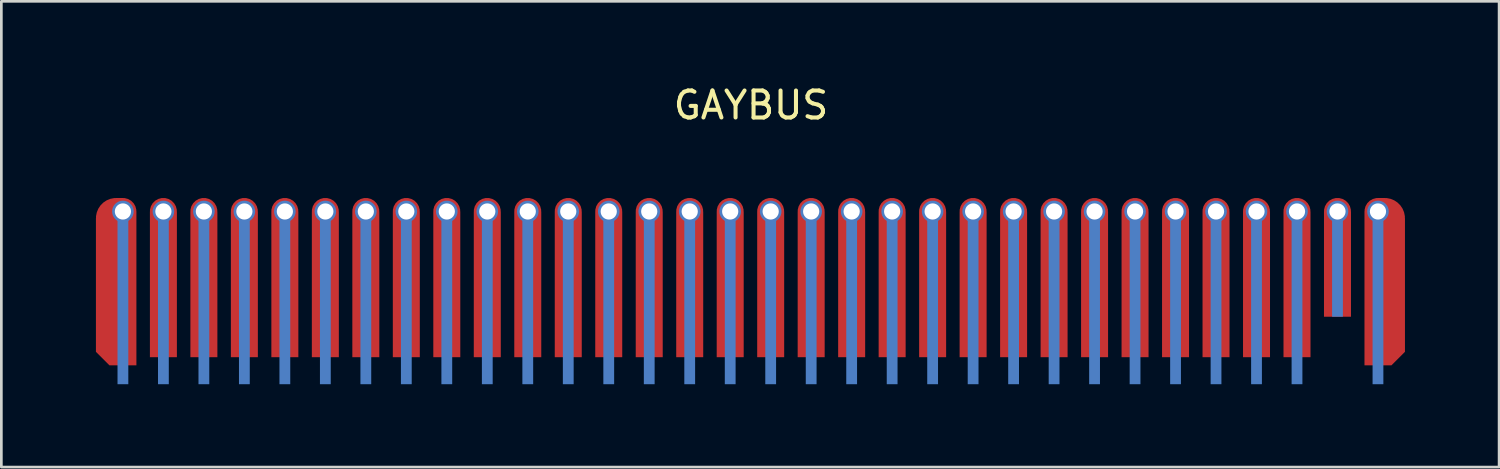
<source format=kicad_pcb>
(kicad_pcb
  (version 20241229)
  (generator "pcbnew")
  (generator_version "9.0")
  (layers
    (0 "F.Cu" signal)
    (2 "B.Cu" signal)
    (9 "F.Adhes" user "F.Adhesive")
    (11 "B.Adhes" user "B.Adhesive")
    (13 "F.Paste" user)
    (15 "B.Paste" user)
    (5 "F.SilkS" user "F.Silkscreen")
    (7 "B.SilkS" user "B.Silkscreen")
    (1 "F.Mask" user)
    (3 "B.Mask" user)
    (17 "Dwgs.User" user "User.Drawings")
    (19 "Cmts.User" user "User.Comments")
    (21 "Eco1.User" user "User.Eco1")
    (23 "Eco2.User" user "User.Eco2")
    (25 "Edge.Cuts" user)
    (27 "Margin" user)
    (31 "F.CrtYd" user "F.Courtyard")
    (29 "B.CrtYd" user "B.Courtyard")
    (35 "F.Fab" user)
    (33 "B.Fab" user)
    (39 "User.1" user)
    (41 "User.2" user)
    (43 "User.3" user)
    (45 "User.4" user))
  (footprint "GAYBUS"
    (layer "F.Cu")
    (at 24.774 4.785)
    (property "Reference" "GAYBUS" (at 0 -3.937 0) (unlocked yes) (layer "F.SilkS") (effects (font (size 1 1) (thickness 0.15))))
    (fp_poly (pts (xy -22.27 0.7) (xy -21.27 0.7) (xy -21.27 5.4) (xy -22.27 5.4)) (stroke (width 0) (type solid)) (fill yes) (layer "F.Mask"))
    (fp_poly (pts (xy -20.77 0.7) (xy -19.77 0.7) (xy -19.77 5.4) (xy -20.77 5.4)) (stroke (width 0) (type solid)) (fill yes) (layer "F.Mask"))
    (fp_poly (pts (xy -19.27 0.7) (xy -18.27 0.7) (xy -18.27 5.4) (xy -19.27 5.4)) (stroke (width 0) (type solid)) (fill yes) (layer "F.Mask"))
    (fp_poly (pts (xy -17.77 0.7) (xy -16.77 0.7) (xy -16.77 5.4) (xy -17.77 5.4)) (stroke (width 0) (type solid)) (fill yes) (layer "F.Mask"))
    (fp_poly (pts (xy -16.27 0.7) (xy -15.27 0.7) (xy -15.27 5.4) (xy -16.27 5.4)) (stroke (width 0) (type solid)) (fill yes) (layer "F.Mask"))
    (fp_poly (pts (xy -14.77 0.7) (xy -13.77 0.7) (xy -13.77 5.4) (xy -14.77 5.4)) (stroke (width 0) (type solid)) (fill yes) (layer "F.Mask"))
    (fp_poly (pts (xy -13.27 0.7) (xy -12.27 0.7) (xy -12.27 5.4) (xy -13.27 5.4)) (stroke (width 0) (type solid)) (fill yes) (layer "F.Mask"))
    (fp_poly (pts (xy -11.77 0.7) (xy -10.77 0.7) (xy -10.77 5.4) (xy -11.77 5.4)) (stroke (width 0) (type solid)) (fill yes) (layer "F.Mask"))
    (fp_poly (pts (xy -10.27 0.7) (xy -9.27 0.7) (xy -9.27 5.4) (xy -10.27 5.4)) (stroke (width 0) (type solid)) (fill yes) (layer "F.Mask"))
    (fp_poly (pts (xy -8.77 0.7) (xy -7.77 0.7) (xy -7.77 5.4) (xy -8.77 5.4)) (stroke (width 0) (type solid)) (fill yes) (layer "F.Mask"))
    (fp_poly (pts (xy -7.27 0.7) (xy -6.27 0.7) (xy -6.27 5.4) (xy -7.27 5.4)) (stroke (width 0) (type solid)) (fill yes) (layer "F.Mask"))
    (fp_poly (pts (xy -5.77 0.7) (xy -4.77 0.7) (xy -4.77 5.4) (xy -5.77 5.4)) (stroke (width 0) (type solid)) (fill yes) (layer "F.Mask"))
    (fp_poly (pts (xy -4.27 0.7) (xy -3.27 0.7) (xy -3.27 5.4) (xy -4.27 5.4)) (stroke (width 0) (type solid)) (fill yes) (layer "F.Mask"))
    (fp_poly (pts (xy -2.77 0.7) (xy -1.77 0.7) (xy -1.77 5.4) (xy -2.77 5.4)) (stroke (width 0) (type solid)) (fill yes) (layer "F.Mask"))
    (fp_poly (pts (xy -1.27 0.7) (xy -0.27 0.7) (xy -0.27 5.4) (xy -1.27 5.4)) (stroke (width 0) (type solid)) (fill yes) (layer "F.Mask"))
    (fp_poly (pts (xy 0.23 0.7) (xy 1.23 0.7) (xy 1.23 5.4) (xy 0.23 5.4)) (stroke (width 0) (type solid)) (fill yes) (layer "F.Mask"))
    (fp_poly (pts (xy 1.73 0.7) (xy 2.73 0.7) (xy 2.73 5.4) (xy 1.73 5.4)) (stroke (width 0) (type solid)) (fill yes) (layer "F.Mask"))
    (fp_poly (pts (xy 3.23 0.7) (xy 4.23 0.7) (xy 4.23 5.4) (xy 3.23 5.4)) (stroke (width 0) (type solid)) (fill yes) (layer "F.Mask"))
    (fp_poly (pts (xy 4.73 0.7) (xy 5.73 0.7) (xy 5.73 5.4) (xy 4.73 5.4)) (stroke (width 0) (type solid)) (fill yes) (layer "F.Mask"))
    (fp_poly (pts (xy 6.23 0.7) (xy 7.23 0.7) (xy 7.23 5.4) (xy 6.23 5.4)) (stroke (width 0) (type solid)) (fill yes) (layer "F.Mask"))
    (fp_poly (pts (xy 7.73 0.7) (xy 8.73 0.7) (xy 8.73 5.4) (xy 7.73 5.4)) (stroke (width 0) (type solid)) (fill yes) (layer "F.Mask"))
    (fp_poly (pts (xy 9.23 0.7) (xy 10.23 0.7) (xy 10.23 5.4) (xy 9.23 5.4)) (stroke (width 0) (type solid)) (fill yes) (layer "F.Mask"))
    (fp_poly (pts (xy 10.73 0.7) (xy 11.73 0.7) (xy 11.73 5.4) (xy 10.73 5.4)) (stroke (width 0) (type solid)) (fill yes) (layer "F.Mask"))
    (fp_poly (pts (xy 12.23 0.7) (xy 13.23 0.7) (xy 13.23 5.4) (xy 12.23 5.4)) (stroke (width 0) (type solid)) (fill yes) (layer "F.Mask"))
    (fp_poly (pts (xy 13.73 0.7) (xy 14.73 0.7) (xy 14.73 5.4) (xy 13.73 5.4)) (stroke (width 0) (type solid)) (fill yes) (layer "F.Mask"))
    (fp_poly (pts (xy 15.23 0.7) (xy 16.23 0.7) (xy 16.23 5.4) (xy 15.23 5.4)) (stroke (width 0) (type solid)) (fill yes) (layer "F.Mask"))
    (fp_poly (pts (xy 16.73 0.7) (xy 17.73 0.7) (xy 17.73 5.4) (xy 16.73 5.4)) (stroke (width 0) (type solid)) (fill yes) (layer "F.Mask"))
    (fp_poly (pts (xy 18.23 0.7) (xy 19.23 0.7) (xy 19.23 5.4) (xy 18.23 5.4)) (stroke (width 0) (type solid)) (fill yes) (layer "F.Mask"))
    (fp_poly (pts (xy 19.73 0.7) (xy 20.73 0.7) (xy 20.73 5.4) (xy 19.73 5.4)) (stroke (width 0) (type solid)) (fill yes) (layer "F.Mask"))
    (fp_poly (pts (xy 21.23 0.7) (xy 22.23 0.7) (xy 22.23 3.9) (xy 21.23 3.9)) (stroke (width 0) (type solid)) (fill yes) (layer "F.Mask"))
    (fp_poly (pts (xy 24.719 6.47) (xy -24.769 6.47) (xy -24.769 0.7) (xy 24.719 0.7)) (stroke (width 0) (type solid)) (fill yes) (layer "F.Mask"))
    (fp_poly (pts (xy -24.27 0.7) (xy -22.77 0.7) (xy -22.77 5.7) (xy -23.77 5.7) (xy -24.27 5.2)) (stroke (width 0) (type solid)) (fill yes) (layer "F.Mask"))
    (fp_poly (pts (xy 22.73 0.7) (xy 24.23 0.7) (xy 24.23 5.2) (xy 23.73 5.7) (xy 22.73 5.7)) (stroke (width 0) (type solid)) (fill yes) (layer "F.Mask"))
    (fp_poly (pts (xy -23.07 6.4) (xy -23.47 6.4) (xy -23.47 0.3) (xy -23.07 0.3)) (stroke (width 0) (type solid)) (fill yes) (layer "B.Cu"))
    (fp_poly (pts (xy -21.57 6.4) (xy -21.97 6.4) (xy -21.97 0.3) (xy -21.57 0.3)) (stroke (width 0) (type solid)) (fill yes) (layer "B.Cu"))
    (fp_poly (pts (xy -20.07 6.4) (xy -20.47 6.4) (xy -20.47 0.3) (xy -20.07 0.3)) (stroke (width 0) (type solid)) (fill yes) (layer "B.Cu"))
    (fp_poly (pts (xy -18.57 6.4) (xy -18.97 6.4) (xy -18.97 0.3) (xy -18.57 0.3)) (stroke (width 0) (type solid)) (fill yes) (layer "B.Cu"))
    (fp_poly (pts (xy -17.07 6.4) (xy -17.47 6.4) (xy -17.47 0.3) (xy -17.07 0.3)) (stroke (width 0) (type solid)) (fill yes) (layer "B.Cu"))
    (fp_poly (pts (xy -15.57 6.4) (xy -15.97 6.4) (xy -15.97 0.3) (xy -15.57 0.3)) (stroke (width 0) (type solid)) (fill yes) (layer "B.Cu"))
    (fp_poly (pts (xy -14.07 6.4) (xy -14.47 6.4) (xy -14.47 0.3) (xy -14.07 0.3)) (stroke (width 0) (type solid)) (fill yes) (layer "B.Cu"))
    (fp_poly (pts (xy -12.57 6.4) (xy -12.97 6.4) (xy -12.97 0.3) (xy -12.57 0.3)) (stroke (width 0) (type solid)) (fill yes) (layer "B.Cu"))
    (fp_poly (pts (xy -11.07 6.4) (xy -11.47 6.4) (xy -11.47 0.3) (xy -11.07 0.3)) (stroke (width 0) (type solid)) (fill yes) (layer "B.Cu"))
    (fp_poly (pts (xy -9.57 6.4) (xy -9.97 6.4) (xy -9.97 0.3) (xy -9.57 0.3)) (stroke (width 0) (type solid)) (fill yes) (layer "B.Cu"))
    (fp_poly (pts (xy -8.07 6.4) (xy -8.47 6.4) (xy -8.47 0.3) (xy -8.07 0.3)) (stroke (width 0) (type solid)) (fill yes) (layer "B.Cu"))
    (fp_poly (pts (xy -6.57 6.4) (xy -6.97 6.4) (xy -6.97 0.3) (xy -6.57 0.3)) (stroke (width 0) (type solid)) (fill yes) (layer "B.Cu"))
    (fp_poly (pts (xy -5.07 6.4) (xy -5.47 6.4) (xy -5.47 0.3) (xy -5.07 0.3)) (stroke (width 0) (type solid)) (fill yes) (layer "B.Cu"))
    (fp_poly (pts (xy -3.57 6.4) (xy -3.97 6.4) (xy -3.97 0.3) (xy -3.57 0.3)) (stroke (width 0) (type solid)) (fill yes) (layer "B.Cu"))
    (fp_poly (pts (xy -2.07 6.4) (xy -2.47 6.4) (xy -2.47 0.3) (xy -2.07 0.3)) (stroke (width 0) (type solid)) (fill yes) (layer "B.Cu"))
    (fp_poly (pts (xy -0.57 6.4) (xy -0.97 6.4) (xy -0.97 0.3) (xy -0.57 0.3)) (stroke (width 0) (type solid)) (fill yes) (layer "B.Cu"))
    (fp_poly (pts (xy 0.93 6.4) (xy 0.53 6.4) (xy 0.53 0.3) (xy 0.93 0.3)) (stroke (width 0) (type solid)) (fill yes) (layer "B.Cu"))
    (fp_poly (pts (xy 2.43 6.4) (xy 2.03 6.4) (xy 2.03 0.3) (xy 2.43 0.3)) (stroke (width 0) (type solid)) (fill yes) (layer "B.Cu"))
    (fp_poly (pts (xy 3.93 6.4) (xy 3.53 6.4) (xy 3.53 0.3) (xy 3.93 0.3)) (stroke (width 0) (type solid)) (fill yes) (layer "B.Cu"))
    (fp_poly (pts (xy 5.43 6.4) (xy 5.03 6.4) (xy 5.03 0.3) (xy 5.43 0.3)) (stroke (width 0) (type solid)) (fill yes) (layer "B.Cu"))
    (fp_poly (pts (xy 6.93 6.4) (xy 6.53 6.4) (xy 6.53 0.3) (xy 6.93 0.3)) (stroke (width 0) (type solid)) (fill yes) (layer "B.Cu"))
    (fp_poly (pts (xy 8.43 6.4) (xy 8.03 6.4) (xy 8.03 0.3) (xy 8.43 0.3)) (stroke (width 0) (type solid)) (fill yes) (layer "B.Cu"))
    (fp_poly (pts (xy 9.93 6.4) (xy 9.53 6.4) (xy 9.53 0.3) (xy 9.93 0.3)) (stroke (width 0) (type solid)) (fill yes) (layer "B.Cu"))
    (fp_poly (pts (xy 11.43 6.4) (xy 11.03 6.4) (xy 11.03 0.3) (xy 11.43 0.3)) (stroke (width 0) (type solid)) (fill yes) (layer "B.Cu"))
    (fp_poly (pts (xy 12.93 6.4) (xy 12.53 6.4) (xy 12.53 0.3) (xy 12.93 0.3)) (stroke (width 0) (type solid)) (fill yes) (layer "B.Cu"))
    (fp_poly (pts (xy 14.43 6.4) (xy 14.03 6.4) (xy 14.03 0.3) (xy 14.43 0.3)) (stroke (width 0) (type solid)) (fill yes) (layer "B.Cu"))
    (fp_poly (pts (xy 15.93 6.4) (xy 15.53 6.4) (xy 15.53 0.3) (xy 15.93 0.3)) (stroke (width 0) (type solid)) (fill yes) (layer "B.Cu"))
    (fp_poly (pts (xy 17.43 6.4) (xy 17.03 6.4) (xy 17.03 0.3) (xy 17.43 0.3)) (stroke (width 0) (type solid)) (fill yes) (layer "B.Cu"))
    (fp_poly (pts (xy 18.93 6.4) (xy 18.53 6.4) (xy 18.53 0.3) (xy 18.93 0.3)) (stroke (width 0) (type solid)) (fill yes) (layer "B.Cu"))
    (fp_poly (pts (xy 20.43 6.4) (xy 20.03 6.4) (xy 20.03 0.3) (xy 20.43 0.3)) (stroke (width 0) (type solid)) (fill yes) (layer "B.Cu"))
    (fp_poly (pts (xy 21.93 3.9) (xy 21.53 3.9) (xy 21.53 0.3) (xy 21.93 0.3)) (stroke (width 0) (type solid)) (fill yes) (layer "B.Cu"))
    (fp_poly (pts (xy 23.43 6.4) (xy 23.03 6.4) (xy 23.03 0.3) (xy 23.43 0.3)) (stroke (width 0) (type solid)) (fill yes) (layer "B.Cu"))
    (fp_poly (pts (xy -23.87 6.4) (xy -24.774 6.4) (xy -24.774 0.7) (xy -23.87 0.7)) (stroke (width 0) (type solid)) (fill yes) (layer "B.Mask"))
    (fp_poly (pts (xy -22.37 6.4) (xy -22.67 6.4) (xy -22.67 0.7) (xy -22.37 0.7)) (stroke (width 0) (type solid)) (fill yes) (layer "B.Mask"))
    (fp_poly (pts (xy -20.87 6.4) (xy -21.17 6.4) (xy -21.17 0.7) (xy -20.87 0.7)) (stroke (width 0) (type solid)) (fill yes) (layer "B.Mask"))
    (fp_poly (pts (xy -19.37 6.4) (xy -19.67 6.4) (xy -19.67 0.7) (xy -19.37 0.7)) (stroke (width 0) (type solid)) (fill yes) (layer "B.Mask"))
    (fp_poly (pts (xy -17.87 6.4) (xy -18.17 6.4) (xy -18.17 0.7) (xy -17.87 0.7)) (stroke (width 0) (type solid)) (fill yes) (layer "B.Mask"))
    (fp_poly (pts (xy -16.37 6.4) (xy -16.67 6.4) (xy -16.67 0.7) (xy -16.37 0.7)) (stroke (width 0) (type solid)) (fill yes) (layer "B.Mask"))
    (fp_poly (pts (xy -14.87 6.4) (xy -15.17 6.4) (xy -15.17 0.7) (xy -14.87 0.7)) (stroke (width 0) (type solid)) (fill yes) (layer "B.Mask"))
    (fp_poly (pts (xy -13.37 6.4) (xy -13.67 6.4) (xy -13.67 0.7) (xy -13.37 0.7)) (stroke (width 0) (type solid)) (fill yes) (layer "B.Mask"))
    (fp_poly (pts (xy -11.87 6.4) (xy -12.17 6.4) (xy -12.17 0.7) (xy -11.87 0.7)) (stroke (width 0) (type solid)) (fill yes) (layer "B.Mask"))
    (fp_poly (pts (xy -10.37 6.4) (xy -10.67 6.4) (xy -10.67 0.7) (xy -10.37 0.7)) (stroke (width 0) (type solid)) (fill yes) (layer "B.Mask"))
    (fp_poly (pts (xy -8.87 6.4) (xy -9.17 6.4) (xy -9.17 0.7) (xy -8.87 0.7)) (stroke (width 0) (type solid)) (fill yes) (layer "B.Mask"))
    (fp_poly (pts (xy -7.37 6.4) (xy -7.67 6.4) (xy -7.67 0.7) (xy -7.37 0.7)) (stroke (width 0) (type solid)) (fill yes) (layer "B.Mask"))
    (fp_poly (pts (xy -5.87 6.4) (xy -6.17 6.4) (xy -6.17 0.7) (xy -5.87 0.7)) (stroke (width 0) (type solid)) (fill yes) (layer "B.Mask"))
    (fp_poly (pts (xy -4.37 6.4) (xy -4.67 6.4) (xy -4.67 0.7) (xy -4.37 0.7)) (stroke (width 0) (type solid)) (fill yes) (layer "B.Mask"))
    (fp_poly (pts (xy -2.87 6.4) (xy -3.17 6.4) (xy -3.17 0.7) (xy -2.87 0.7)) (stroke (width 0) (type solid)) (fill yes) (layer "B.Mask"))
    (fp_poly (pts (xy -1.37 6.4) (xy -1.67 6.4) (xy -1.67 0.7) (xy -1.37 0.7)) (stroke (width 0) (type solid)) (fill yes) (layer "B.Mask"))
    (fp_poly (pts (xy 0.13 6.4) (xy -0.17 6.4) (xy -0.17 0.7) (xy 0.13 0.7)) (stroke (width 0) (type solid)) (fill yes) (layer "B.Mask"))
    (fp_poly (pts (xy 1.63 6.4) (xy 1.33 6.4) (xy 1.33 0.7) (xy 1.63 0.7)) (stroke (width 0) (type solid)) (fill yes) (layer "B.Mask"))
    (fp_poly (pts (xy 3.13 6.4) (xy 2.83 6.4) (xy 2.83 0.7) (xy 3.13 0.7)) (stroke (width 0) (type solid)) (fill yes) (layer "B.Mask"))
    (fp_poly (pts (xy 4.63 6.4) (xy 4.33 6.4) (xy 4.33 0.7) (xy 4.63 0.7)) (stroke (width 0) (type solid)) (fill yes) (layer "B.Mask"))
    (fp_poly (pts (xy 6.13 6.4) (xy 5.83 6.4) (xy 5.83 0.7) (xy 6.13 0.7)) (stroke (width 0) (type solid)) (fill yes) (layer "B.Mask"))
    (fp_poly (pts (xy 7.63 6.4) (xy 7.33 6.4) (xy 7.33 0.7) (xy 7.63 0.7)) (stroke (width 0) (type solid)) (fill yes) (layer "B.Mask"))
    (fp_poly (pts (xy 9.13 6.4) (xy 8.83 6.4) (xy 8.83 0.7) (xy 9.13 0.7)) (stroke (width 0) (type solid)) (fill yes) (layer "B.Mask"))
    (fp_poly (pts (xy 10.63 6.4) (xy 10.33 6.4) (xy 10.33 0.7) (xy 10.63 0.7)) (stroke (width 0) (type solid)) (fill yes) (layer "B.Mask"))
    (fp_poly (pts (xy 12.13 6.4) (xy 11.83 6.4) (xy 11.83 0.7) (xy 12.13 0.7)) (stroke (width 0) (type solid)) (fill yes) (layer "B.Mask"))
    (fp_poly (pts (xy 13.63 6.4) (xy 13.33 6.4) (xy 13.33 0.7) (xy 13.63 0.7)) (stroke (width 0) (type solid)) (fill yes) (layer "B.Mask"))
    (fp_poly (pts (xy 15.13 6.4) (xy 14.83 6.4) (xy 14.83 0.7) (xy 15.13 0.7)) (stroke (width 0) (type solid)) (fill yes) (layer "B.Mask"))
    (fp_poly (pts (xy 16.63 6.4) (xy 16.33 6.4) (xy 16.33 0.7) (xy 16.63 0.7)) (stroke (width 0) (type solid)) (fill yes) (layer "B.Mask"))
    (fp_poly (pts (xy 18.13 6.4) (xy 17.83 6.4) (xy 17.83 0.7) (xy 18.13 0.7)) (stroke (width 0) (type solid)) (fill yes) (layer "B.Mask"))
    (fp_poly (pts (xy 19.63 6.4) (xy 19.33 6.4) (xy 19.33 0.7) (xy 19.63 0.7)) (stroke (width 0) (type solid)) (fill yes) (layer "B.Mask"))
    (fp_poly (pts (xy 21.13 6.4) (xy 20.83 6.4) (xy 20.83 0.7) (xy 21.13 0.7)) (stroke (width 0) (type solid)) (fill yes) (layer "B.Mask"))
    (fp_poly (pts (xy 22.63 6.4) (xy 22.33 6.4) (xy 22.33 0.7) (xy 22.63 0.7)) (stroke (width 0) (type solid)) (fill yes) (layer "B.Mask"))
    (fp_poly (pts (xy 24.718 6.42) (xy 23.83 6.4) (xy 23.83 0.7) (xy 24.718 0.72)) (stroke (width 0) (type solid)) (fill yes) (layer "B.Mask"))
    (fp_poly (pts (xy -23.07 6.4) (xy -23.47 6.4) (xy -23.47 0.3) (xy -23.07 0.3)) (stroke (width 0) (type solid)) (fill yes) (layer "B.Paste"))
    (fp_poly (pts (xy -21.57 6.4) (xy -21.97 6.4) (xy -21.97 0.3) (xy -21.57 0.3)) (stroke (width 0) (type solid)) (fill yes) (layer "B.Paste"))
    (fp_poly (pts (xy -20.07 6.4) (xy -20.47 6.4) (xy -20.47 0.3) (xy -20.07 0.3)) (stroke (width 0) (type solid)) (fill yes) (layer "B.Paste"))
    (fp_poly (pts (xy -18.57 6.4) (xy -18.97 6.4) (xy -18.97 0.3) (xy -18.57 0.3)) (stroke (width 0) (type solid)) (fill yes) (layer "B.Paste"))
    (fp_poly (pts (xy -17.07 6.4) (xy -17.47 6.4) (xy -17.47 0.3) (xy -17.07 0.3)) (stroke (width 0) (type solid)) (fill yes) (layer "B.Paste"))
    (fp_poly (pts (xy -15.57 6.4) (xy -15.97 6.4) (xy -15.97 0.3) (xy -15.57 0.3)) (stroke (width 0) (type solid)) (fill yes) (layer "B.Paste"))
    (fp_poly (pts (xy -14.07 6.4) (xy -14.47 6.4) (xy -14.47 0.3) (xy -14.07 0.3)) (stroke (width 0) (type solid)) (fill yes) (layer "B.Paste"))
    (fp_poly (pts (xy -12.57 6.4) (xy -12.97 6.4) (xy -12.97 0.3) (xy -12.57 0.3)) (stroke (width 0) (type solid)) (fill yes) (layer "B.Paste"))
    (fp_poly (pts (xy -11.07 6.4) (xy -11.47 6.4) (xy -11.47 0.3) (xy -11.07 0.3)) (stroke (width 0) (type solid)) (fill yes) (layer "B.Paste"))
    (fp_poly (pts (xy -9.57 6.4) (xy -9.97 6.4) (xy -9.97 0.3) (xy -9.57 0.3)) (stroke (width 0) (type solid)) (fill yes) (layer "B.Paste"))
    (fp_poly (pts (xy -8.07 6.4) (xy -8.47 6.4) (xy -8.47 0.3) (xy -8.07 0.3)) (stroke (width 0) (type solid)) (fill yes) (layer "B.Paste"))
    (fp_poly (pts (xy -6.57 6.4) (xy -6.97 6.4) (xy -6.97 0.3) (xy -6.57 0.3)) (stroke (width 0) (type solid)) (fill yes) (layer "B.Paste"))
    (fp_poly (pts (xy -5.07 6.4) (xy -5.47 6.4) (xy -5.47 0.3) (xy -5.07 0.3)) (stroke (width 0) (type solid)) (fill yes) (layer "B.Paste"))
    (fp_poly (pts (xy -3.57 6.4) (xy -3.97 6.4) (xy -3.97 0.3) (xy -3.57 0.3)) (stroke (width 0) (type solid)) (fill yes) (layer "B.Paste"))
    (fp_poly (pts (xy -2.07 6.4) (xy -2.47 6.4) (xy -2.47 0.3) (xy -2.07 0.3)) (stroke (width 0) (type solid)) (fill yes) (layer "B.Paste"))
    (fp_poly (pts (xy -0.57 6.4) (xy -0.97 6.4) (xy -0.97 0.3) (xy -0.57 0.3)) (stroke (width 0) (type solid)) (fill yes) (layer "B.Paste"))
    (fp_poly (pts (xy 0.93 6.4) (xy 0.53 6.4) (xy 0.53 0.3) (xy 0.93 0.3)) (stroke (width 0) (type solid)) (fill yes) (layer "B.Paste"))
    (fp_poly (pts (xy 2.43 6.4) (xy 2.03 6.4) (xy 2.03 0.3) (xy 2.43 0.3)) (stroke (width 0) (type solid)) (fill yes) (layer "B.Paste"))
    (fp_poly (pts (xy 3.93 6.4) (xy 3.53 6.4) (xy 3.53 0.3) (xy 3.93 0.3)) (stroke (width 0) (type solid)) (fill yes) (layer "B.Paste"))
    (fp_poly (pts (xy 5.43 6.4) (xy 5.03 6.4) (xy 5.03 0.3) (xy 5.43 0.3)) (stroke (width 0) (type solid)) (fill yes) (layer "B.Paste"))
    (fp_poly (pts (xy 6.93 6.4) (xy 6.53 6.4) (xy 6.53 0.3) (xy 6.93 0.3)) (stroke (width 0) (type solid)) (fill yes) (layer "B.Paste"))
    (fp_poly (pts (xy 8.43 6.4) (xy 8.03 6.4) (xy 8.03 0.3) (xy 8.43 0.3)) (stroke (width 0) (type solid)) (fill yes) (layer "B.Paste"))
    (fp_poly (pts (xy 9.93 6.4) (xy 9.53 6.4) (xy 9.53 0.3) (xy 9.93 0.3)) (stroke (width 0) (type solid)) (fill yes) (layer "B.Paste"))
    (fp_poly (pts (xy 11.43 6.4) (xy 11.03 6.4) (xy 11.03 0.3) (xy 11.43 0.3)) (stroke (width 0) (type solid)) (fill yes) (layer "B.Paste"))
    (fp_poly (pts (xy 12.93 6.4) (xy 12.53 6.4) (xy 12.53 0.3) (xy 12.93 0.3)) (stroke (width 0) (type solid)) (fill yes) (layer "B.Paste"))
    (fp_poly (pts (xy 14.43 6.4) (xy 14.03 6.4) (xy 14.03 0.3) (xy 14.43 0.3)) (stroke (width 0) (type solid)) (fill yes) (layer "B.Paste"))
    (fp_poly (pts (xy 15.93 6.4) (xy 15.53 6.4) (xy 15.53 0.3) (xy 15.93 0.3)) (stroke (width 0) (type solid)) (fill yes) (layer "B.Paste"))
    (fp_poly (pts (xy 17.43 6.4) (xy 17.03 6.4) (xy 17.03 0.3) (xy 17.43 0.3)) (stroke (width 0) (type solid)) (fill yes) (layer "B.Paste"))
    (fp_poly (pts (xy 18.93 6.4) (xy 18.53 6.4) (xy 18.53 0.3) (xy 18.93 0.3)) (stroke (width 0) (type solid)) (fill yes) (layer "B.Paste"))
    (fp_poly (pts (xy 20.43 6.4) (xy 20.03 6.4) (xy 20.03 0.3) (xy 20.43 0.3)) (stroke (width 0) (type solid)) (fill yes) (layer "B.Paste"))
    (fp_poly (pts (xy 21.93 3.9) (xy 21.53 3.9) (xy 21.53 0.3) (xy 21.93 0.3)) (stroke (width 0) (type solid)) (fill yes) (layer "B.Paste"))
    (fp_poly (pts (xy 23.43 6.4) (xy 23.03 6.4) (xy 23.03 0.3) (xy 23.43 0.3)) (stroke (width 0) (type solid)) (fill yes) (layer "B.Paste"))
    (fp_line (start -24.67 4.9) (end -24.67 -2.3) (stroke (width 0.05) (type solid)) (layer "User.1"))
    (fp_line (start -23.17 6.4) (end 23.13 6.4) (stroke (width 0.05) (type solid)) (layer "User.1"))
    (fp_line (start 24.63 -2.3) (end 24.63 4.9) (stroke (width 0.05) (type solid)) (layer "User.1"))
    (fp_arc (start -23.17 6.4) (mid -24.23066 5.96066) (end -24.67 4.9) (stroke (width 0.05) (type solid)) (layer "User.1"))
    (fp_arc (start 24.63 4.9) (mid 24.19066 5.96066) (end 23.13 6.4) (stroke (width 0.05) (type solid)) (layer "User.1"))
    (pad "1" thru_hole circle (at -23.27 0) (size 0.8 0.8) (drill 0.6) (layers "*.Cu" "*.Mask"))
    (pad "1" connect custom (at -23.27 0) (size 0.8 0.8) (layers "F.Cu") (options (anchor circle)) (primitives (gr_line (start -0.25 -0.45) (end 0 -0.45) (width 0.1)) (gr_circle (center 0 0) (end 0.25 0) (width 0.5) (fill no)) (gr_poly (pts (xy 0.5 5.7) (xy -0.5 5.7) (xy -1 5.2) (xy -1 0.25) (xy 0.5 0.25)) (width 0) (fill yes)) (gr_circle (center -0.25 0.25) (end 0.125 0.25) (width 0.75) (fill no)) (gr_line (start 0.45 0) (end 0.45 0.25) (width 0.1))))
    (pad "2" thru_hole circle (at -21.77 0) (size 0.8 0.8) (drill 0.6) (layers "*.Cu" "*.Mask"))
    (pad "2" connect custom (at -21.77 0) (size 0.8 0.8) (layers "F.Cu") (options (anchor circle)) (primitives (gr_poly (pts (xy 0.5 5.4) (xy -0.5 5.4) (xy -0.5 0) (xy 0.5 0)) (width 0) (fill yes)) (gr_circle (center -0.001 0) (end 0.25 0) (width 0.5) (fill no))))
    (pad "3" thru_hole circle (at -20.27 0) (size 0.8 0.8) (drill 0.6) (layers "*.Cu" "*.Mask"))
    (pad "3" connect custom (at -20.27 0) (size 0.8 0.8) (layers "F.Cu") (options (anchor circle)) (primitives (gr_poly (pts (xy 0.5 5.4) (xy -0.5 5.4) (xy -0.5 0) (xy 0.5 0)) (width 0) (fill yes)) (gr_circle (center -0.001 0) (end 0.25 0) (width 0.5) (fill no))))
    (pad "4" thru_hole circle (at -18.77 0) (size 0.8 0.8) (drill 0.6) (layers "*.Cu" "*.Mask"))
    (pad "4" connect custom (at -18.77 0) (size 0.8 0.8) (layers "F.Cu") (options (anchor circle)) (primitives (gr_poly (pts (xy 0.5 5.4) (xy -0.5 5.4) (xy -0.5 0) (xy 0.5 0)) (width 0) (fill yes)) (gr_circle (center -0.001 0) (end 0.25 0) (width 0.5) (fill no))))
    (pad "5" thru_hole circle (at -17.27 0) (size 0.8 0.8) (drill 0.6) (layers "*.Cu" "*.Mask"))
    (pad "5" connect custom (at -17.27 0) (size 0.8 0.8) (layers "F.Cu") (options (anchor circle)) (primitives (gr_poly (pts (xy 0.5 5.4) (xy -0.5 5.4) (xy -0.5 0) (xy 0.5 0)) (width 0) (fill yes)) (gr_circle (center -0.001 0) (end 0.25 0) (width 0.5) (fill no))))
    (pad "6" thru_hole circle (at -15.77 0) (size 0.8 0.8) (drill 0.6) (layers "*.Cu" "*.Mask"))
    (pad "6" connect custom (at -15.77 0) (size 0.8 0.8) (layers "F.Cu") (options (anchor circle)) (primitives (gr_poly (pts (xy 0.5 5.4) (xy -0.5 5.4) (xy -0.5 0) (xy 0.5 0)) (width 0) (fill yes)) (gr_circle (center -0.001 0) (end 0.25 0) (width 0.5) (fill no))))
    (pad "7" thru_hole circle (at -14.27 0) (size 0.8 0.8) (drill 0.6) (layers "*.Cu" "*.Mask"))
    (pad "7" connect custom (at -14.27 0) (size 0.8 0.8) (layers "F.Cu") (options (anchor circle)) (primitives (gr_poly (pts (xy 0.5 5.4) (xy -0.5 5.4) (xy -0.5 0) (xy 0.5 0)) (width 0) (fill yes)) (gr_circle (center -0.001 0) (end 0.25 0) (width 0.5) (fill no))))
    (pad "8" thru_hole circle (at -12.77 0) (size 0.8 0.8) (drill 0.6) (layers "*.Cu" "*.Mask"))
    (pad "8" connect custom (at -12.77 0) (size 0.8 0.8) (layers "F.Cu") (options (anchor circle)) (primitives (gr_poly (pts (xy 0.5 5.4) (xy -0.5 5.4) (xy -0.5 0) (xy 0.5 0)) (width 0) (fill yes)) (gr_circle (center -0.001 0) (end 0.25 0) (width 0.5) (fill no))))
    (pad "9" thru_hole circle (at -11.27 0) (size 0.8 0.8) (drill 0.6) (layers "*.Cu" "*.Mask"))
    (pad "9" connect custom (at -11.27 0) (size 0.8 0.8) (layers "F.Cu") (options (anchor circle)) (primitives (gr_poly (pts (xy 0.5 5.4) (xy -0.5 5.4) (xy -0.5 0) (xy 0.5 0)) (width 0) (fill yes)) (gr_circle (center -0.001 0) (end 0.25 0) (width 0.5) (fill no))))
    (pad "10" thru_hole circle (at -9.77 0) (size 0.8 0.8) (drill 0.6) (layers "*.Cu" "*.Mask"))
    (pad "10" connect custom (at -9.77 0) (size 0.8 0.8) (layers "F.Cu") (options (anchor circle)) (primitives (gr_poly (pts (xy 0.5 5.4) (xy -0.5 5.4) (xy -0.5 0) (xy 0.5 0)) (width 0) (fill yes)) (gr_circle (center -0.001 0) (end 0.25 0) (width 0.5) (fill no))))
    (pad "11" thru_hole circle (at -8.27 0) (size 0.8 0.8) (drill 0.6) (layers "*.Cu" "*.Mask"))
    (pad "11" connect custom (at -8.27 0) (size 0.8 0.8) (layers "F.Cu") (options (anchor circle)) (primitives (gr_poly (pts (xy 0.5 5.4) (xy -0.5 5.4) (xy -0.5 0) (xy 0.5 0)) (width 0) (fill yes)) (gr_circle (center -0.001 0) (end 0.25 0) (width 0.5) (fill no))))
    (pad "12" thru_hole circle (at -6.77 0) (size 0.8 0.8) (drill 0.6) (layers "*.Cu" "*.Mask"))
    (pad "12" connect custom (at -6.77 0) (size 0.8 0.8) (layers "F.Cu") (options (anchor circle)) (primitives (gr_poly (pts (xy 0.5 5.4) (xy -0.5 5.4) (xy -0.5 0) (xy 0.5 0)) (width 0) (fill yes)) (gr_circle (center -0.001 0) (end 0.25 0) (width 0.5) (fill no))))
    (pad "13" thru_hole circle (at -5.27 0) (size 0.8 0.8) (drill 0.6) (layers "*.Cu" "*.Mask"))
    (pad "13" connect custom (at -5.27 0) (size 0.8 0.8) (layers "F.Cu") (options (anchor circle)) (primitives (gr_poly (pts (xy 0.5 5.4) (xy -0.5 5.4) (xy -0.5 0) (xy 0.5 0)) (width 0) (fill yes)) (gr_circle (center -0.001 0) (end 0.25 0) (width 0.5) (fill no))))
    (pad "14" thru_hole circle (at -3.77 0) (size 0.8 0.8) (drill 0.6) (layers "*.Cu" "*.Mask"))
    (pad "14" connect custom (at -3.77 0) (size 0.8 0.8) (layers "F.Cu") (options (anchor circle)) (primitives (gr_poly (pts (xy 0.5 5.4) (xy -0.5 5.4) (xy -0.5 0) (xy 0.5 0)) (width 0) (fill yes)) (gr_circle (center -0.001 0) (end 0.25 0) (width 0.5) (fill no))))
    (pad "15" thru_hole circle (at -2.27 0) (size 0.8 0.8) (drill 0.6) (layers "*.Cu" "*.Mask"))
    (pad "15" connect custom (at -2.27 0) (size 0.8 0.8) (layers "F.Cu") (options (anchor circle)) (primitives (gr_poly (pts (xy 0.5 5.4) (xy -0.5 5.4) (xy -0.5 0) (xy 0.5 0)) (width 0) (fill yes)) (gr_circle (center -0.001 0) (end 0.25 0) (width 0.5) (fill no))))
    (pad "16" thru_hole circle (at -0.77 0) (size 0.8 0.8) (drill 0.6) (layers "*.Cu" "*.Mask"))
    (pad "16" connect custom (at -0.77 0) (size 0.8 0.8) (layers "F.Cu") (options (anchor circle)) (primitives (gr_poly (pts (xy 0.5 5.4) (xy -0.5 5.4) (xy -0.5 0) (xy 0.5 0)) (width 0) (fill yes)) (gr_circle (center -0.001 0) (end 0.25 0) (width 0.5) (fill no))))
    (pad "17" thru_hole circle (at 0.73 0) (size 0.8 0.8) (drill 0.6) (layers "*.Cu" "*.Mask"))
    (pad "17" connect custom (at 0.73 0) (size 0.8 0.8) (layers "F.Cu") (options (anchor circle)) (primitives (gr_poly (pts (xy 0.5 5.4) (xy -0.5 5.4) (xy -0.5 0) (xy 0.5 0)) (width 0) (fill yes)) (gr_circle (center -0.001 0) (end 0.25 0) (width 0.5) (fill no))))
    (pad "18" thru_hole circle (at 2.23 0) (size 0.8 0.8) (drill 0.6) (layers "*.Cu" "*.Mask"))
    (pad "18" connect custom (at 2.23 0) (size 0.8 0.8) (layers "F.Cu") (options (anchor circle)) (primitives (gr_poly (pts (xy 0.5 5.4) (xy -0.5 5.4) (xy -0.5 0) (xy 0.5 0)) (width 0) (fill yes)) (gr_circle (center -0.001 0) (end 0.25 0) (width 0.5) (fill no))))
    (pad "19" thru_hole circle (at 3.73 0) (size 0.8 0.8) (drill 0.6) (layers "*.Cu" "*.Mask"))
    (pad "19" connect custom (at 3.73 0) (size 0.8 0.8) (layers "F.Cu") (options (anchor circle)) (primitives (gr_poly (pts (xy 0.5 5.4) (xy -0.5 5.4) (xy -0.5 0) (xy 0.5 0)) (width 0) (fill yes)) (gr_circle (center -0.001 0) (end 0.25 0) (width 0.5) (fill no))))
    (pad "20" thru_hole circle (at 5.23 0) (size 0.8 0.8) (drill 0.6) (layers "*.Cu" "*.Mask"))
    (pad "20" connect custom (at 5.23 0) (size 0.8 0.8) (layers "F.Cu") (options (anchor circle)) (primitives (gr_poly (pts (xy 0.5 5.4) (xy -0.5 5.4) (xy -0.5 0) (xy 0.5 0)) (width 0) (fill yes)) (gr_circle (center -0.001 0) (end 0.25 0) (width 0.5) (fill no))))
    (pad "21" thru_hole circle (at 6.73 0) (size 0.8 0.8) (drill 0.6) (layers "*.Cu" "*.Mask"))
    (pad "21" connect custom (at 6.73 0) (size 0.8 0.8) (layers "F.Cu") (options (anchor circle)) (primitives (gr_poly (pts (xy 0.5 5.4) (xy -0.5 5.4) (xy -0.5 0) (xy 0.5 0)) (width 0) (fill yes)) (gr_circle (center -0.001 0) (end 0.25 0) (width 0.5) (fill no))))
    (pad "22" thru_hole circle (at 8.23 0) (size 0.8 0.8) (drill 0.6) (layers "*.Cu" "*.Mask"))
    (pad "22" connect custom (at 8.23 0) (size 0.8 0.8) (layers "F.Cu") (options (anchor circle)) (primitives (gr_poly (pts (xy 0.5 5.4) (xy -0.5 5.4) (xy -0.5 0) (xy 0.5 0)) (width 0) (fill yes)) (gr_circle (center -0.001 0) (end 0.25 0) (width 0.5) (fill no))))
    (pad "23" thru_hole circle (at 9.73 0) (size 0.8 0.8) (drill 0.6) (layers "*.Cu" "*.Mask"))
    (pad "23" connect custom (at 9.73 0) (size 0.8 0.8) (layers "F.Cu") (options (anchor circle)) (primitives (gr_poly (pts (xy 0.5 5.4) (xy -0.5 5.4) (xy -0.5 0) (xy 0.5 0)) (width 0) (fill yes)) (gr_circle (center -0.001 0) (end 0.25 0) (width 0.5) (fill no))))
    (pad "24" thru_hole circle (at 11.23 0) (size 0.8 0.8) (drill 0.6) (layers "*.Cu" "*.Mask"))
    (pad "24" connect custom (at 11.23 0) (size 0.8 0.8) (layers "F.Cu") (options (anchor circle)) (primitives (gr_poly (pts (xy 0.5 5.4) (xy -0.5 5.4) (xy -0.5 0) (xy 0.5 0)) (width 0) (fill yes)) (gr_circle (center -0.001 0) (end 0.25 0) (width 0.5) (fill no))))
    (pad "25" thru_hole circle (at 12.73 0) (size 0.8 0.8) (drill 0.6) (layers "*.Cu" "*.Mask"))
    (pad "25" connect custom (at 12.73 0) (size 0.8 0.8) (layers "F.Cu") (options (anchor circle)) (primitives (gr_poly (pts (xy 0.5 5.4) (xy -0.5 5.4) (xy -0.5 0) (xy 0.5 0)) (width 0) (fill yes)) (gr_circle (center -0.001 0) (end 0.25 0) (width 0.5) (fill no))))
    (pad "26" thru_hole circle (at 14.23 0) (size 0.8 0.8) (drill 0.6) (layers "*.Cu" "*.Mask"))
    (pad "26" connect custom (at 14.23 0) (size 0.8 0.8) (layers "F.Cu") (options (anchor circle)) (primitives (gr_poly (pts (xy 0.5 5.4) (xy -0.5 5.4) (xy -0.5 0) (xy 0.5 0)) (width 0) (fill yes)) (gr_circle (center -0.001 0) (end 0.25 0) (width 0.5) (fill no))))
    (pad "27" thru_hole circle (at 15.73 0) (size 0.8 0.8) (drill 0.6) (layers "*.Cu" "*.Mask"))
    (pad "27" connect custom (at 15.73 0) (size 0.8 0.8) (layers "F.Cu") (options (anchor circle)) (primitives (gr_poly (pts (xy 0.5 5.4) (xy -0.5 5.4) (xy -0.5 0) (xy 0.5 0)) (width 0) (fill yes)) (gr_circle (center -0.001 0) (end 0.25 0) (width 0.5) (fill no))))
    (pad "28" thru_hole circle (at 17.23 0) (size 0.8 0.8) (drill 0.6) (layers "*.Cu" "*.Mask"))
    (pad "28" connect custom (at 17.23 0) (size 0.8 0.8) (layers "F.Cu") (options (anchor circle)) (primitives (gr_poly (pts (xy 0.5 5.4) (xy -0.5 5.4) (xy -0.5 0) (xy 0.5 0)) (width 0) (fill yes)) (gr_circle (center -0.001 0) (end 0.25 0) (width 0.5) (fill no))))
    (pad "29" thru_hole circle (at 18.73 0) (size 0.8 0.8) (drill 0.6) (layers "*.Cu" "*.Mask"))
    (pad "29" connect custom (at 18.73 0) (size 0.8 0.8) (layers "F.Cu") (options (anchor circle)) (primitives (gr_poly (pts (xy 0.5 5.4) (xy -0.5 5.4) (xy -0.5 0) (xy 0.5 0)) (width 0) (fill yes)) (gr_circle (center -0.001 0) (end 0.25 0) (width 0.5) (fill no))))
    (pad "30" thru_hole circle (at 20.23 0) (size 0.8 0.8) (drill 0.6) (layers "*.Cu" "*.Mask"))
    (pad "30" connect custom (at 20.23 0) (size 0.8 0.8) (layers "F.Cu") (options (anchor circle)) (primitives (gr_poly (pts (xy 0.5 5.4) (xy -0.5 5.4) (xy -0.5 0) (xy 0.5 0)) (width 0) (fill yes)) (gr_circle (center -0.001 0) (end 0.25 0) (width 0.5) (fill no))))
    (pad "31" thru_hole circle (at 21.73 0) (size 0.8 0.8) (drill 0.6) (layers "*.Cu" "*.Mask"))
    (pad "31" connect custom (at 21.73 0) (size 0.8 0.8) (layers "F.Cu") (options (anchor circle)) (primitives (gr_poly (pts (xy 0.5 3.9) (xy -0.5 3.9) (xy -0.5 0) (xy 0.5 0)) (width 0) (fill yes)) (gr_circle (center -0.001 0) (end 0.25 0) (width 0.5) (fill no))))
    (pad "32" thru_hole circle (at 23.23 0) (size 0.8 0.8) (drill 0.6) (layers "*.Cu" "*.Mask"))
    (pad "32" connect custom (at 23.23 0) (size 0.8 0.8) (layers "F.Cu") (options (anchor circle)) (primitives (gr_line (start 0 -0.45) (end 0.25 -0.45) (width 0.1)) (gr_poly (pts (xy 1 5.2) (xy 0.5 5.7) (xy -0.5 5.7) (xy -0.5 0.25) (xy 1 0.25)) (width 0) (fill yes)) (gr_circle (center 0.25 0.25) (end 0.625 0.25) (width 0.75) (fill no)) (gr_circle (center 0 0) (end 0.25 0) (width 0.5) (fill no)) (gr_line (start -0.45 0) (end -0.45 0.25) (width 0.1)))))
  (gr_rect
    (start -3 -3)
    (end 52.492 14.255)
    (stroke (width 0.1) (type default))
    (fill no)
    (layer "Edge.Cuts")))
</source>
